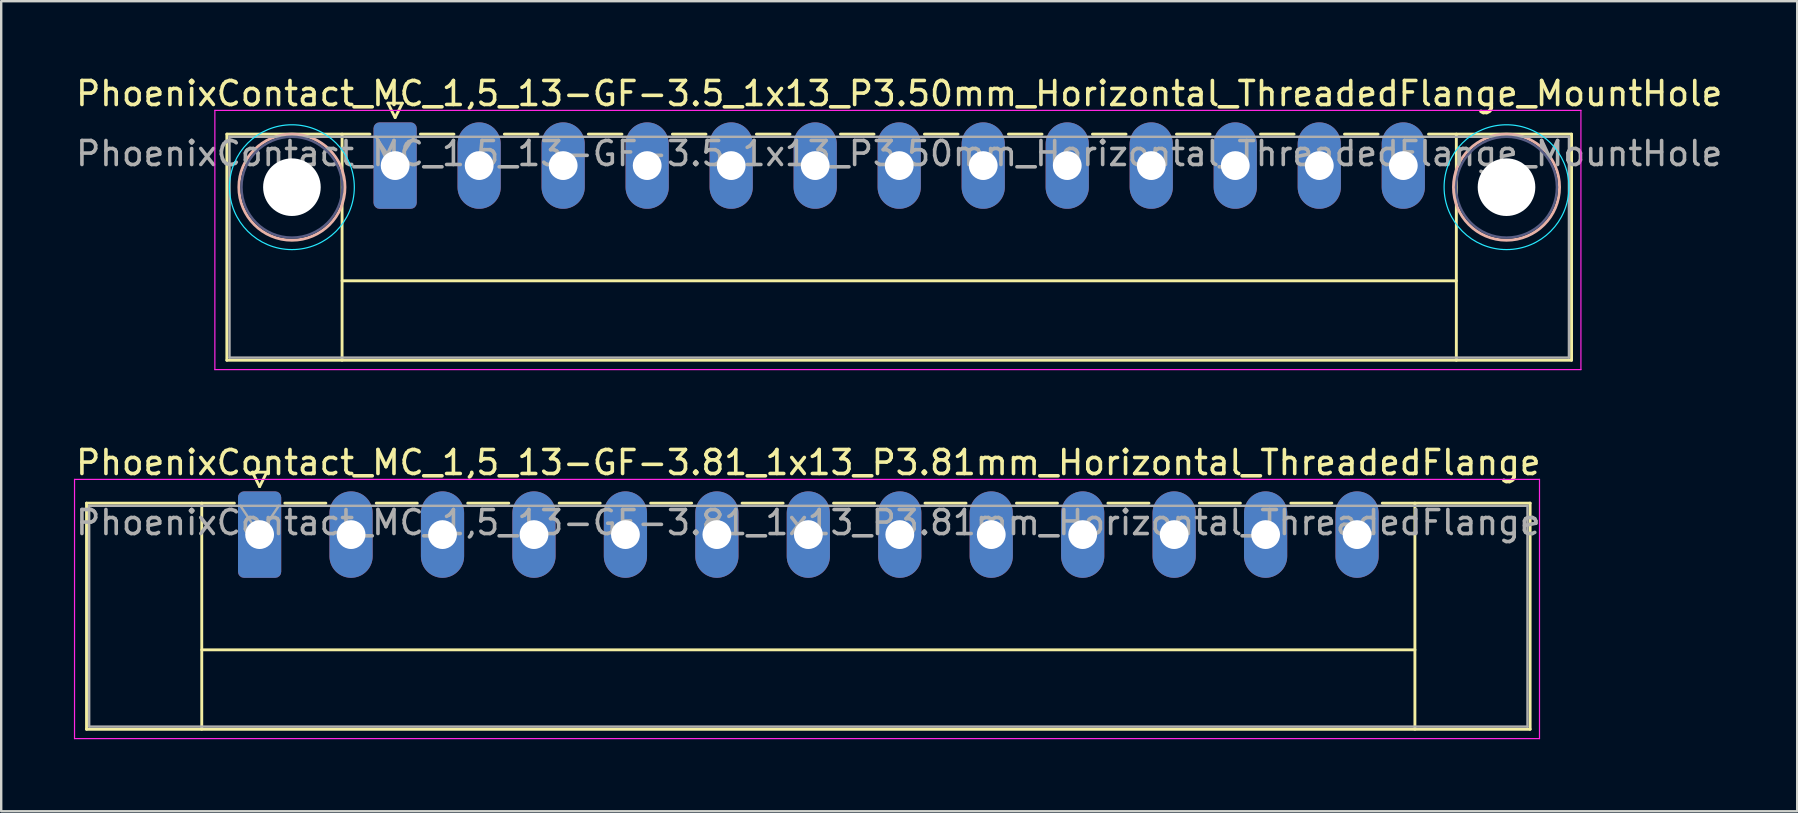
<source format=kicad_pcb>
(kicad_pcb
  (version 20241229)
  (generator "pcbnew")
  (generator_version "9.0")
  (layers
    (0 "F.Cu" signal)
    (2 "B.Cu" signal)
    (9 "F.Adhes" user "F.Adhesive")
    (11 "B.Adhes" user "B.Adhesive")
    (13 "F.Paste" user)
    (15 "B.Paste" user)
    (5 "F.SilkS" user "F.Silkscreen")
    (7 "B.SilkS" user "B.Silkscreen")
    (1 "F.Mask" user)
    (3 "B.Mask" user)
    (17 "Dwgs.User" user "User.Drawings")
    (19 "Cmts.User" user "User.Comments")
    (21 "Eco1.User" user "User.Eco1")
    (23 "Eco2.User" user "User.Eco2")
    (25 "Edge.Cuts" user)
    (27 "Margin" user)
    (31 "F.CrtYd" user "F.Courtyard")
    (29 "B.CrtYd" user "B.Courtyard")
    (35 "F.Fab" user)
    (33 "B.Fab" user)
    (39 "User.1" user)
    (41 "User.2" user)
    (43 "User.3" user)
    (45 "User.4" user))
  (footprint "PhoenixContact_MC_1,5_13-GF-3.5_1x13_P3.50mm_Horizontal_ThreadedFlange_MountHole"
    (layer "F.Cu")
    (at 13.411 3.848)
    (property "Reference" "PhoenixContact_MC_1,5_13-GF-3.5_1x13_P3.50mm_Horizontal_ThreadedFlange_MountHole" (at 21 -3 0) (layer "F.SilkS") (effects (font (size 1 1) (thickness 0.15))))
    (attr through_hole)
    (fp_line (start -7.01 -1.31) (end -7.01 8.11) (stroke (width 0.12) (type solid)) (layer "F.SilkS"))
    (fp_line (start -7.01 -1.31) (end -1.05 -1.31) (stroke (width 0.12) (type solid)) (layer "F.SilkS"))
    (fp_line (start -7.01 8.11) (end 49.01 8.11) (stroke (width 0.12) (type solid)) (layer "F.SilkS"))
    (fp_line (start -2.21 -1.31) (end -2.21 8.11) (stroke (width 0.12) (type solid)) (layer "F.SilkS"))
    (fp_line (start -2.21 4.8) (end 44.21 4.8) (stroke (width 0.12) (type solid)) (layer "F.SilkS"))
    (fp_line (start -0.3 -2.6) (end 0.3 -2.6) (stroke (width 0.12) (type solid)) (layer "F.SilkS"))
    (fp_line (start 0 -2) (end -0.3 -2.6) (stroke (width 0.12) (type solid)) (layer "F.SilkS"))
    (fp_line (start 0.3 -2.6) (end 0 -2) (stroke (width 0.12) (type solid)) (layer "F.SilkS"))
    (fp_line (start 1.05 -1.31) (end 2.45 -1.31) (stroke (width 0.12) (type solid)) (layer "F.SilkS"))
    (fp_line (start 4.55 -1.31) (end 5.95 -1.31) (stroke (width 0.12) (type solid)) (layer "F.SilkS"))
    (fp_line (start 8.05 -1.31) (end 9.45 -1.31) (stroke (width 0.12) (type solid)) (layer "F.SilkS"))
    (fp_line (start 11.55 -1.31) (end 12.95 -1.31) (stroke (width 0.12) (type solid)) (layer "F.SilkS"))
    (fp_line (start 15.05 -1.31) (end 16.45 -1.31) (stroke (width 0.12) (type solid)) (layer "F.SilkS"))
    (fp_line (start 18.55 -1.31) (end 19.95 -1.31) (stroke (width 0.12) (type solid)) (layer "F.SilkS"))
    (fp_line (start 22.05 -1.31) (end 23.45 -1.31) (stroke (width 0.12) (type solid)) (layer "F.SilkS"))
    (fp_line (start 25.55 -1.31) (end 26.95 -1.31) (stroke (width 0.12) (type solid)) (layer "F.SilkS"))
    (fp_line (start 29.05 -1.31) (end 30.45 -1.31) (stroke (width 0.12) (type solid)) (layer "F.SilkS"))
    (fp_line (start 32.55 -1.31) (end 33.95 -1.31) (stroke (width 0.12) (type solid)) (layer "F.SilkS"))
    (fp_line (start 36.05 -1.31) (end 37.45 -1.31) (stroke (width 0.12) (type solid)) (layer "F.SilkS"))
    (fp_line (start 39.55 -1.31) (end 40.95 -1.31) (stroke (width 0.12) (type solid)) (layer "F.SilkS"))
    (fp_line (start 44.21 -1.31) (end 44.21 8.11) (stroke (width 0.12) (type solid)) (layer "F.SilkS"))
    (fp_line (start 49.01 -1.31) (end 43.05 -1.31) (stroke (width 0.12) (type solid)) (layer "F.SilkS"))
    (fp_line (start 49.01 8.11) (end 49.01 -1.31) (stroke (width 0.12) (type solid)) (layer "F.SilkS"))
    (fp_circle (center -4.3 0.9) (end -2.09 0.9) (stroke (width 0.12) (type solid)) (fill no) (layer "B.SilkS"))
    (fp_circle (center 46.3 0.9) (end 48.51 0.9) (stroke (width 0.12) (type solid)) (fill no) (layer "B.SilkS"))
    (fp_circle (center -4.3 0.9) (end -1.7 0.9) (stroke (width 0.05) (type solid)) (fill no) (layer "B.CrtYd"))
    (fp_circle (center 46.3 0.9) (end 48.9 0.9) (stroke (width 0.05) (type solid)) (fill no) (layer "B.CrtYd"))
    (fp_line (start -7.51 -2.3) (end -7.51 8.5) (stroke (width 0.05) (type solid)) (layer "F.CrtYd"))
    (fp_line (start -7.51 8.5) (end 49.4 8.5) (stroke (width 0.05) (type solid)) (layer "F.CrtYd"))
    (fp_line (start 49.4 -2.3) (end -7.51 -2.3) (stroke (width 0.05) (type solid)) (layer "F.CrtYd"))
    (fp_line (start 49.4 8.5) (end 49.4 -2.3) (stroke (width 0.05) (type solid)) (layer "F.CrtYd"))
    (fp_circle (center -4.3 0.9) (end -2.2 0.9) (stroke (width 0.1) (type solid)) (fill no) (layer "B.Fab"))
    (fp_circle (center 46.3 0.9) (end 48.4 0.9) (stroke (width 0.1) (type solid)) (fill no) (layer "B.Fab"))
    (fp_line (start -6.9 -1.2) (end -6.9 8) (stroke (width 0.1) (type solid)) (layer "F.Fab"))
    (fp_line (start -6.9 8) (end 48.9 8) (stroke (width 0.1) (type solid)) (layer "F.Fab"))
    (fp_line (start 0 0) (end -0.8 -1.2) (stroke (width 0.1) (type solid)) (layer "F.Fab"))
    (fp_line (start 0.8 -1.2) (end 0 0) (stroke (width 0.1) (type solid)) (layer "F.Fab"))
    (fp_line (start 48.9 -1.2) (end -6.9 -1.2) (stroke (width 0.1) (type solid)) (layer "F.Fab"))
    (fp_line (start 48.9 8) (end 48.9 -1.2) (stroke (width 0.1) (type solid)) (layer "F.Fab"))
    (fp_text user "${REFERENCE}" (at 21 -0.5 0) (layer "F.Fab") (effects (font (size 1 1) (thickness 0.15))))
    (pad "" np_thru_hole circle (at -4.3 0.9) (size 2.4 2.4) (drill 2.4) (layers "*.Cu" "*.Mask"))
    (pad "" np_thru_hole circle (at 46.3 0.9) (size 2.4 2.4) (drill 2.4) (layers "*.Cu" "*.Mask"))
    (pad "1" thru_hole roundrect (at 0 0) (size 1.8 3.6) (drill 1.2) (layers "*.Cu" "*.Mask") (roundrect_rratio 0.139))
    (pad "2" thru_hole oval (at 3.5 0) (size 1.8 3.6) (drill 1.2) (layers "*.Cu" "*.Mask"))
    (pad "3" thru_hole oval (at 7 0) (size 1.8 3.6) (drill 1.2) (layers "*.Cu" "*.Mask"))
    (pad "4" thru_hole oval (at 10.5 0) (size 1.8 3.6) (drill 1.2) (layers "*.Cu" "*.Mask"))
    (pad "5" thru_hole oval (at 14 0) (size 1.8 3.6) (drill 1.2) (layers "*.Cu" "*.Mask"))
    (pad "6" thru_hole oval (at 17.5 0) (size 1.8 3.6) (drill 1.2) (layers "*.Cu" "*.Mask"))
    (pad "7" thru_hole oval (at 21 0) (size 1.8 3.6) (drill 1.2) (layers "*.Cu" "*.Mask"))
    (pad "8" thru_hole oval (at 24.5 0) (size 1.8 3.6) (drill 1.2) (layers "*.Cu" "*.Mask"))
    (pad "9" thru_hole oval (at 28 0) (size 1.8 3.6) (drill 1.2) (layers "*.Cu" "*.Mask"))
    (pad "10" thru_hole oval (at 31.5 0) (size 1.8 3.6) (drill 1.2) (layers "*.Cu" "*.Mask"))
    (pad "11" thru_hole oval (at 35 0) (size 1.8 3.6) (drill 1.2) (layers "*.Cu" "*.Mask"))
    (pad "12" thru_hole oval (at 38.5 0) (size 1.8 3.6) (drill 1.2) (layers "*.Cu" "*.Mask"))
    (pad "13" thru_hole oval (at 42 0) (size 1.8 3.6) (drill 1.2) (layers "*.Cu" "*.Mask")))
  (footprint "PhoenixContact_MC_1,5_13-GF-3.81_1x13_P3.81mm_Horizontal_ThreadedFlange"
    (layer "F.Cu")
    (at 7.765 19.221)
    (property "Reference" "PhoenixContact_MC_1,5_13-GF-3.81_1x13_P3.81mm_Horizontal_ThreadedFlange" (at 22.86 -3 0) (layer "F.SilkS") (effects (font (size 1 1) (thickness 0.15))))
    (attr through_hole)
    (fp_line (start -7.21 -1.31) (end -7.21 8.11) (stroke (width 0.12) (type solid)) (layer "F.SilkS"))
    (fp_line (start -7.21 -1.31) (end -1.05 -1.31) (stroke (width 0.12) (type solid)) (layer "F.SilkS"))
    (fp_line (start -7.21 8.11) (end 52.93 8.11) (stroke (width 0.12) (type solid)) (layer "F.SilkS"))
    (fp_line (start -2.41 -1.31) (end -2.41 8.11) (stroke (width 0.12) (type solid)) (layer "F.SilkS"))
    (fp_line (start -2.41 4.8) (end 48.13 4.8) (stroke (width 0.12) (type solid)) (layer "F.SilkS"))
    (fp_line (start -0.3 -2.6) (end 0.3 -2.6) (stroke (width 0.12) (type solid)) (layer "F.SilkS"))
    (fp_line (start 0 -2) (end -0.3 -2.6) (stroke (width 0.12) (type solid)) (layer "F.SilkS"))
    (fp_line (start 0.3 -2.6) (end 0 -2) (stroke (width 0.12) (type solid)) (layer "F.SilkS"))
    (fp_line (start 1.05 -1.31) (end 2.76 -1.31) (stroke (width 0.12) (type solid)) (layer "F.SilkS"))
    (fp_line (start 4.86 -1.31) (end 6.57 -1.31) (stroke (width 0.12) (type solid)) (layer "F.SilkS"))
    (fp_line (start 8.67 -1.31) (end 10.38 -1.31) (stroke (width 0.12) (type solid)) (layer "F.SilkS"))
    (fp_line (start 12.48 -1.31) (end 14.19 -1.31) (stroke (width 0.12) (type solid)) (layer "F.SilkS"))
    (fp_line (start 16.29 -1.31) (end 18 -1.31) (stroke (width 0.12) (type solid)) (layer "F.SilkS"))
    (fp_line (start 20.1 -1.31) (end 21.81 -1.31) (stroke (width 0.12) (type solid)) (layer "F.SilkS"))
    (fp_line (start 23.91 -1.31) (end 25.62 -1.31) (stroke (width 0.12) (type solid)) (layer "F.SilkS"))
    (fp_line (start 27.72 -1.31) (end 29.43 -1.31) (stroke (width 0.12) (type solid)) (layer "F.SilkS"))
    (fp_line (start 31.53 -1.31) (end 33.24 -1.31) (stroke (width 0.12) (type solid)) (layer "F.SilkS"))
    (fp_line (start 35.34 -1.31) (end 37.05 -1.31) (stroke (width 0.12) (type solid)) (layer "F.SilkS"))
    (fp_line (start 39.15 -1.31) (end 40.86 -1.31) (stroke (width 0.12) (type solid)) (layer "F.SilkS"))
    (fp_line (start 42.96 -1.31) (end 44.67 -1.31) (stroke (width 0.12) (type solid)) (layer "F.SilkS"))
    (fp_line (start 48.13 -1.31) (end 48.13 8.11) (stroke (width 0.12) (type solid)) (layer "F.SilkS"))
    (fp_line (start 52.93 -1.31) (end 46.77 -1.31) (stroke (width 0.12) (type solid)) (layer "F.SilkS"))
    (fp_line (start 52.93 8.11) (end 52.93 -1.31) (stroke (width 0.12) (type solid)) (layer "F.SilkS"))
    (fp_line (start -7.71 -2.3) (end -7.71 8.5) (stroke (width 0.05) (type solid)) (layer "F.CrtYd"))
    (fp_line (start -7.71 8.5) (end 53.32 8.5) (stroke (width 0.05) (type solid)) (layer "F.CrtYd"))
    (fp_line (start 53.32 -2.3) (end -7.71 -2.3) (stroke (width 0.05) (type solid)) (layer "F.CrtYd"))
    (fp_line (start 53.32 8.5) (end 53.32 -2.3) (stroke (width 0.05) (type solid)) (layer "F.CrtYd"))
    (fp_line (start -7.1 -1.2) (end -7.1 8) (stroke (width 0.1) (type solid)) (layer "F.Fab"))
    (fp_line (start -7.1 8) (end 52.82 8) (stroke (width 0.1) (type solid)) (layer "F.Fab"))
    (fp_line (start 0 0) (end -0.8 -1.2) (stroke (width 0.1) (type solid)) (layer "F.Fab"))
    (fp_line (start 0.8 -1.2) (end 0 0) (stroke (width 0.1) (type solid)) (layer "F.Fab"))
    (fp_line (start 52.82 -1.2) (end -7.1 -1.2) (stroke (width 0.1) (type solid)) (layer "F.Fab"))
    (fp_line (start 52.82 8) (end 52.82 -1.2) (stroke (width 0.1) (type solid)) (layer "F.Fab"))
    (fp_text user "${REFERENCE}" (at 22.86 -0.5 0) (layer "F.Fab") (effects (font (size 1 1) (thickness 0.15))))
    (pad "1" thru_hole roundrect (at 0 0) (size 1.8 3.6) (drill 1.2) (layers "*.Cu" "*.Mask") (roundrect_rratio 0.139))
    (pad "2" thru_hole oval (at 3.81 0) (size 1.8 3.6) (drill 1.2) (layers "*.Cu" "*.Mask"))
    (pad "3" thru_hole oval (at 7.62 0) (size 1.8 3.6) (drill 1.2) (layers "*.Cu" "*.Mask"))
    (pad "4" thru_hole oval (at 11.43 0) (size 1.8 3.6) (drill 1.2) (layers "*.Cu" "*.Mask"))
    (pad "5" thru_hole oval (at 15.24 0) (size 1.8 3.6) (drill 1.2) (layers "*.Cu" "*.Mask"))
    (pad "6" thru_hole oval (at 19.05 0) (size 1.8 3.6) (drill 1.2) (layers "*.Cu" "*.Mask"))
    (pad "7" thru_hole oval (at 22.86 0) (size 1.8 3.6) (drill 1.2) (layers "*.Cu" "*.Mask"))
    (pad "8" thru_hole oval (at 26.67 0) (size 1.8 3.6) (drill 1.2) (layers "*.Cu" "*.Mask"))
    (pad "9" thru_hole oval (at 30.48 0) (size 1.8 3.6) (drill 1.2) (layers "*.Cu" "*.Mask"))
    (pad "10" thru_hole oval (at 34.29 0) (size 1.8 3.6) (drill 1.2) (layers "*.Cu" "*.Mask"))
    (pad "11" thru_hole oval (at 38.1 0) (size 1.8 3.6) (drill 1.2) (layers "*.Cu" "*.Mask"))
    (pad "12" thru_hole oval (at 41.91 0) (size 1.8 3.6) (drill 1.2) (layers "*.Cu" "*.Mask"))
    (pad "13" thru_hole oval (at 45.72 0) (size 1.8 3.6) (drill 1.2) (layers "*.Cu" "*.Mask")))
  (gr_rect
    (start -3 -3)
    (end 71.821 30.747)
    (stroke (width 0.1) (type default))
    (fill no)
    (layer "Edge.Cuts")))
</source>
